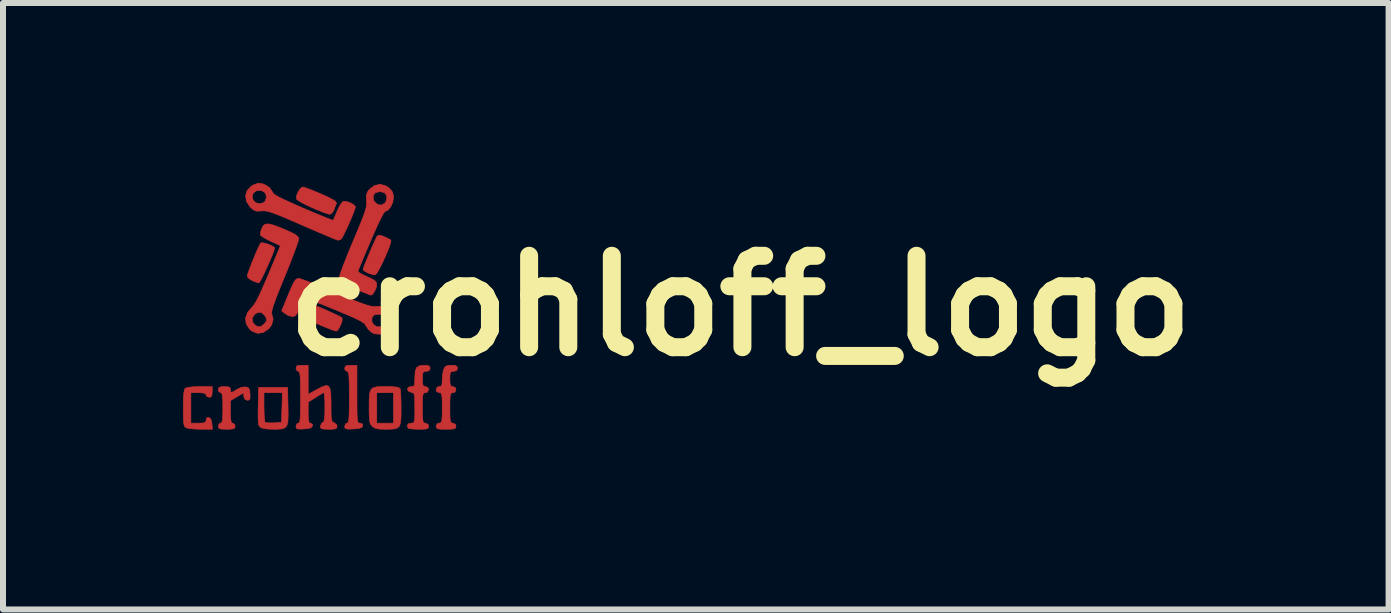
<source format=kicad_pcb>
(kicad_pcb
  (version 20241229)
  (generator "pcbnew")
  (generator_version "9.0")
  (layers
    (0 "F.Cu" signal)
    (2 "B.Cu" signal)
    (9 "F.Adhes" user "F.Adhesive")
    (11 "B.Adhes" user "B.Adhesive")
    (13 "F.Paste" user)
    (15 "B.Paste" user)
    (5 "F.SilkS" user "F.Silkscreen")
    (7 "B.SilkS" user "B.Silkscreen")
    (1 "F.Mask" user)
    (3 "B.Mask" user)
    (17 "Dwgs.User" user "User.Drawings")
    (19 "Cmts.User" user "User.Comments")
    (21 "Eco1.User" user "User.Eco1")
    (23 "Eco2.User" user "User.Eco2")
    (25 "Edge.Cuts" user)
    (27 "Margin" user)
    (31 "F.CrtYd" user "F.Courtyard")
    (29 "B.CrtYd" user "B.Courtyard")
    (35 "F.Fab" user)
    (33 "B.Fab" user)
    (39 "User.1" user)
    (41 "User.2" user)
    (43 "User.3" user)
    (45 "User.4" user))
  (footprint "crohloff_logo"
    (layer "F.Cu")
    (at 2.291 2.049)
    (property "Reference" "crohloff_logo" (at 7 0 0) (layer "F.SilkS") (effects (font (size 1.524 1.524) (thickness 0.3))))
    (attr through_hole)
    (fp_poly (pts (xy -0.255 -1.971) (xy -0.183 -1.945) (xy -0.085 -1.906) (xy 0.014 -1.864) (xy 0.132 -1.81) (xy 0.21 -1.77) (xy 0.253 -1.741) (xy 0.267 -1.717) (xy 0.266 -1.705) (xy 0.244 -1.65) (xy 0.224 -1.594) (xy 0.192 -1.543) (xy 0.156 -1.526) (xy 0.117 -1.536) (xy 0.042 -1.563) (xy -0.055 -1.602) (xy -0.14 -1.638) (xy -0.244 -1.686) (xy -0.329 -1.732) (xy -0.385 -1.768) (xy -0.402 -1.787) (xy -0.396 -1.839) (xy -0.369 -1.902) (xy -0.332 -1.956) (xy -0.295 -1.981) (xy -0.292 -1.981) (xy -0.255 -1.971)) (stroke (width 0.01) (type solid)) (fill yes) (layer "F.Cu"))
    (fp_poly (pts (xy -0.173 -0.041) (xy -0.105 -0.015) (xy -0.016 0.023) (xy 0.085 0.066) (xy 0.184 0.111) (xy 0.271 0.151) (xy 0.334 0.182) (xy 0.36 0.197) (xy 0.364 0.233) (xy 0.349 0.292) (xy 0.321 0.355) (xy 0.289 0.405) (xy 0.267 0.421) (xy 0.234 0.414) (xy 0.166 0.389) (xy 0.073 0.352) (xy -0.008 0.318) (xy -0.114 0.271) (xy -0.203 0.228) (xy -0.264 0.196) (xy -0.286 0.182) (xy -0.297 0.146) (xy -0.28 0.083) (xy -0.267 0.052) (xy -0.236 -0.01) (xy -0.212 -0.047) (xy -0.205 -0.051) (xy -0.173 -0.041)) (stroke (width 0.01) (type solid)) (fill yes) (layer "F.Cu"))
    (fp_poly (pts (xy -0.902 -1.038) (xy -0.837 -1.015) (xy -0.784 -0.988) (xy -0.762 -0.966) (xy -0.762 -0.965) (xy -0.772 -0.926) (xy -0.798 -0.855) (xy -0.836 -0.764) (xy -0.88 -0.664) (xy -0.925 -0.565) (xy -0.968 -0.478) (xy -1.002 -0.414) (xy -1.023 -0.384) (xy -1.026 -0.383) (xy -1.067 -0.394) (xy -1.129 -0.418) (xy -1.137 -0.421) (xy -1.192 -0.455) (xy -1.219 -0.491) (xy -1.219 -0.496) (xy -1.21 -0.534) (xy -1.184 -0.606) (xy -1.149 -0.7) (xy -1.107 -0.802) (xy -1.066 -0.901) (xy -1.029 -0.983) (xy -1.001 -1.037) (xy -0.993 -1.049) (xy -0.96 -1.052) (xy -0.902 -1.038)) (stroke (width 0.01) (type solid)) (fill yes) (layer "F.Cu"))
    (fp_poly (pts (xy 1.023 -1.169) (xy 1.063 -1.154) (xy 1.127 -1.124) (xy 1.17 -1.099) (xy 1.175 -1.095) (xy 1.175 -1.064) (xy 1.155 -1) (xy 1.121 -0.912) (xy 1.079 -0.813) (xy 1.032 -0.713) (xy 0.987 -0.623) (xy 0.948 -0.555) (xy 0.919 -0.519) (xy 0.914 -0.516) (xy 0.866 -0.523) (xy 0.8 -0.545) (xy 0.794 -0.548) (xy 0.739 -0.577) (xy 0.712 -0.601) (xy 0.711 -0.603) (xy 0.721 -0.636) (xy 0.746 -0.703) (xy 0.782 -0.792) (xy 0.824 -0.892) (xy 0.866 -0.991) (xy 0.905 -1.077) (xy 0.934 -1.139) (xy 0.946 -1.161) (xy 0.974 -1.178) (xy 1.023 -1.169)) (stroke (width 0.01) (type solid)) (fill yes) (layer "F.Cu"))
    (fp_poly (pts (xy -0.539 1.676) (xy -0.537 1.822) (xy -0.541 1.926) (xy -0.557 1.993) (xy -0.589 2.032) (xy -0.642 2.051) (xy -0.722 2.057) (xy -0.787 2.057) (xy -0.885 2.053) (xy -0.962 2.04) (xy -0.999 2.025) (xy -1.018 2.006) (xy -1.03 1.974) (xy -1.036 1.92) (xy -1.038 1.835) (xy -1.037 1.711) (xy -1.036 1.676) (xy -1.031 1.448) (xy -0.94 1.448) (xy -0.94 1.685) (xy -0.938 1.79) (xy -0.933 1.876) (xy -0.926 1.929) (xy -0.922 1.94) (xy -0.888 1.949) (xy -0.821 1.952) (xy -0.776 1.951) (xy -0.648 1.943) (xy -0.64 1.695) (xy -0.633 1.448) (xy -0.94 1.448) (xy -1.031 1.448) (xy -1.029 1.359) (xy -0.546 1.359) (xy -0.539 1.676)) (stroke (width 0.01) (type solid)) (fill yes) (layer "F.Cu"))
    (fp_poly (pts (xy 0.61 1.473) (xy 0.61 1.641) (xy 0.611 1.764) (xy 0.614 1.85) (xy 0.619 1.906) (xy 0.627 1.937) (xy 0.638 1.952) (xy 0.655 1.956) (xy 0.662 1.956) (xy 0.703 1.969) (xy 0.706 2) (xy 0.69 2.027) (xy 0.647 2.043) (xy 0.565 2.052) (xy 0.552 2.052) (xy 0.47 2.055) (xy 0.426 2.049) (xy 0.409 2.032) (xy 0.406 2.008) (xy 0.422 1.966) (xy 0.445 1.956) (xy 0.459 1.949) (xy 0.469 1.925) (xy 0.476 1.877) (xy 0.48 1.797) (xy 0.482 1.68) (xy 0.483 1.524) (xy 0.482 1.364) (xy 0.48 1.248) (xy 0.476 1.17) (xy 0.469 1.122) (xy 0.458 1.098) (xy 0.445 1.092) (xy 0.413 1.071) (xy 0.406 1.041) (xy 0.415 1.008) (xy 0.449 0.993) (xy 0.508 0.991) (xy 0.61 0.991) (xy 0.61 1.473)) (stroke (width 0.01) (type solid)) (fill yes) (layer "F.Cu"))
    (fp_poly (pts (xy 1.203 1.348) (xy 1.274 1.354) (xy 1.313 1.366) (xy 1.331 1.386) (xy 1.331 1.386) (xy 1.337 1.427) (xy 1.342 1.506) (xy 1.345 1.612) (xy 1.346 1.716) (xy 1.345 1.853) (xy 1.337 1.947) (xy 1.317 2.007) (xy 1.278 2.04) (xy 1.214 2.054) (xy 1.119 2.057) (xy 1.081 2.057) (xy 0.981 2.054) (xy 0.917 2.041) (xy 0.873 2.015) (xy 0.864 2.007) (xy 0.84 1.977) (xy 0.825 1.937) (xy 0.817 1.875) (xy 0.813 1.781) (xy 0.813 1.7) (xy 0.814 1.56) (xy 0.821 1.463) (xy 0.826 1.448) (xy 0.94 1.448) (xy 0.94 1.956) (xy 1.219 1.956) (xy 1.219 1.448) (xy 0.94 1.448) (xy 0.826 1.448) (xy 0.841 1.401) (xy 0.88 1.366) (xy 0.943 1.35) (xy 1.038 1.346) (xy 1.09 1.346) (xy 1.203 1.348)) (stroke (width 0.01) (type solid)) (fill yes) (layer "F.Cu"))
    (fp_poly (pts (xy -1.803 1.435) (xy -1.809 1.496) (xy -1.831 1.521) (xy -1.854 1.524) (xy -1.896 1.508) (xy -1.905 1.486) (xy -1.919 1.462) (xy -1.966 1.45) (xy -2.032 1.448) (xy -2.159 1.448) (xy -2.159 1.956) (xy -2.032 1.956) (xy -1.956 1.953) (xy -1.918 1.942) (xy -1.906 1.917) (xy -1.905 1.903) (xy -1.891 1.863) (xy -1.861 1.859) (xy -1.826 1.886) (xy -1.809 1.955) (xy -1.808 1.962) (xy -1.8 2.057) (xy -1.999 2.057) (xy -2.099 2.053) (xy -2.184 2.044) (xy -2.237 2.032) (xy -2.242 2.03) (xy -2.261 2.012) (xy -2.274 1.981) (xy -2.281 1.925) (xy -2.285 1.837) (xy -2.286 1.708) (xy -2.286 1.706) (xy -2.283 1.549) (xy -2.275 1.441) (xy -2.26 1.384) (xy -2.256 1.377) (xy -2.213 1.36) (xy -2.127 1.35) (xy -2.014 1.346) (xy -1.803 1.346) (xy -1.803 1.435)) (stroke (width 0.01) (type solid)) (fill yes) (layer "F.Cu"))
    (fp_poly (pts (xy -1.534 1.35) (xy -1.504 1.368) (xy -1.499 1.397) (xy -1.494 1.436) (xy -1.474 1.443) (xy -1.428 1.418) (xy -1.395 1.395) (xy -1.317 1.358) (xy -1.251 1.351) (xy -1.206 1.362) (xy -1.184 1.391) (xy -1.174 1.453) (xy -1.173 1.467) (xy -1.172 1.535) (xy -1.183 1.567) (xy -1.213 1.575) (xy -1.216 1.575) (xy -1.26 1.555) (xy -1.275 1.513) (xy -1.283 1.452) (xy -1.499 1.58) (xy -1.499 1.768) (xy -1.497 1.868) (xy -1.489 1.926) (xy -1.475 1.952) (xy -1.46 1.956) (xy -1.429 1.977) (xy -1.422 2.007) (xy -1.428 2.036) (xy -1.455 2.051) (xy -1.513 2.057) (xy -1.562 2.057) (xy -1.643 2.055) (xy -1.685 2.046) (xy -1.7 2.024) (xy -1.702 2.007) (xy -1.686 1.965) (xy -1.664 1.956) (xy -1.646 1.947) (xy -1.635 1.917) (xy -1.628 1.855) (xy -1.626 1.755) (xy -1.626 1.702) (xy -1.627 1.583) (xy -1.631 1.507) (xy -1.641 1.465) (xy -1.656 1.449) (xy -1.664 1.448) (xy -1.695 1.427) (xy -1.702 1.397) (xy -1.693 1.364) (xy -1.659 1.349) (xy -1.6 1.346) (xy -1.534 1.35)) (stroke (width 0.01) (type solid)) (fill yes) (layer "F.Cu"))
    (fp_poly (pts (xy -0.791 -1.349) (xy -0.683 -1.309) (xy -0.597 -1.274) (xy -0.482 -1.223) (xy -0.409 -1.183) (xy -0.371 -1.149) (xy -0.361 -1.125) (xy -0.368 -1.088) (xy -0.392 -1.011) (xy -0.432 -0.902) (xy -0.483 -0.767) (xy -0.544 -0.613) (xy -0.593 -0.493) (xy -0.674 -0.295) (xy -0.735 -0.141) (xy -0.777 -0.024) (xy -0.803 0.058) (xy -0.813 0.109) (xy -0.811 0.131) (xy -0.787 0.224) (xy -0.812 0.317) (xy -0.862 0.383) (xy -0.952 0.444) (xy -1.047 0.458) (xy -1.139 0.422) (xy -1.178 0.39) (xy -1.236 0.301) (xy -1.247 0.205) (xy -1.138 0.205) (xy -1.129 0.269) (xy -1.101 0.309) (xy -1.045 0.35) (xy -0.988 0.343) (xy -0.94 0.305) (xy -0.899 0.256) (xy -0.895 0.216) (xy -0.926 0.162) (xy -0.929 0.158) (xy -0.984 0.109) (xy -1.047 0.111) (xy -1.097 0.144) (xy -1.138 0.205) (xy -1.247 0.205) (xy -1.247 0.204) (xy -1.211 0.107) (xy -1.157 0.043) (xy -1.12 0.003) (xy -1.081 -0.056) (xy -1.036 -0.139) (xy -0.983 -0.253) (xy -0.917 -0.404) (xy -0.867 -0.521) (xy -0.666 -1.003) (xy -0.827 -1.077) (xy -0.909 -1.118) (xy -0.971 -1.155) (xy -0.999 -1.18) (xy -0.999 -1.18) (xy -0.998 -1.222) (xy -0.979 -1.284) (xy -0.976 -1.29) (xy -0.951 -1.337) (xy -0.917 -1.362) (xy -0.866 -1.366) (xy -0.791 -1.349)) (stroke (width 0.01) (type solid)) (fill yes) (layer "F.Cu"))
    (fp_poly (pts (xy 1.797 0.995) (xy 1.824 1.014) (xy 1.829 1.041) (xy 1.814 1.081) (xy 1.765 1.092) (xy 1.728 1.096) (xy 1.709 1.117) (xy 1.702 1.168) (xy 1.702 1.219) (xy 1.704 1.295) (xy 1.716 1.333) (xy 1.741 1.346) (xy 1.753 1.346) (xy 1.795 1.364) (xy 1.803 1.397) (xy 1.785 1.439) (xy 1.753 1.448) (xy 1.729 1.451) (xy 1.715 1.468) (xy 1.706 1.507) (xy 1.703 1.577) (xy 1.702 1.688) (xy 1.702 1.702) (xy 1.702 1.817) (xy 1.706 1.891) (xy 1.714 1.933) (xy 1.728 1.951) (xy 1.75 1.956) (xy 1.753 1.956) (xy 1.795 1.974) (xy 1.803 2.007) (xy 1.798 2.034) (xy 1.775 2.05) (xy 1.722 2.056) (xy 1.643 2.057) (xy 1.556 2.055) (xy 1.492 2.048) (xy 1.465 2.04) (xy 1.447 1.998) (xy 1.47 1.965) (xy 1.511 1.956) (xy 1.54 1.954) (xy 1.559 1.943) (xy 1.569 1.914) (xy 1.574 1.856) (xy 1.575 1.762) (xy 1.575 1.704) (xy 1.574 1.589) (xy 1.571 1.515) (xy 1.563 1.472) (xy 1.548 1.452) (xy 1.525 1.444) (xy 1.518 1.443) (xy 1.468 1.422) (xy 1.451 1.387) (xy 1.468 1.357) (xy 1.509 1.346) (xy 1.546 1.343) (xy 1.566 1.326) (xy 1.573 1.281) (xy 1.575 1.199) (xy 1.581 1.095) (xy 1.603 1.031) (xy 1.65 1) (xy 1.726 0.991) (xy 1.732 0.991) (xy 1.797 0.995)) (stroke (width 0.01) (type solid)) (fill yes) (layer "F.Cu"))
    (fp_poly (pts (xy 2.25 0.995) (xy 2.28 1.012) (xy 2.286 1.041) (xy 2.271 1.081) (xy 2.223 1.092) (xy 2.185 1.096) (xy 2.166 1.117) (xy 2.16 1.168) (xy 2.159 1.219) (xy 2.162 1.295) (xy 2.173 1.333) (xy 2.198 1.346) (xy 2.21 1.346) (xy 2.252 1.364) (xy 2.261 1.397) (xy 2.243 1.439) (xy 2.21 1.448) (xy 2.187 1.451) (xy 2.172 1.468) (xy 2.164 1.507) (xy 2.16 1.577) (xy 2.159 1.688) (xy 2.159 1.702) (xy 2.16 1.817) (xy 2.163 1.891) (xy 2.171 1.933) (xy 2.185 1.951) (xy 2.207 1.956) (xy 2.21 1.956) (xy 2.252 1.974) (xy 2.261 2.007) (xy 2.255 2.034) (xy 2.233 2.049) (xy 2.181 2.056) (xy 2.095 2.057) (xy 2.006 2.056) (xy 1.956 2.049) (xy 1.935 2.033) (xy 1.93 2.007) (xy 1.948 1.964) (xy 1.981 1.956) (xy 2.004 1.952) (xy 2.019 1.936) (xy 2.027 1.897) (xy 2.031 1.826) (xy 2.032 1.715) (xy 2.032 1.702) (xy 2.031 1.586) (xy 2.028 1.512) (xy 2.02 1.471) (xy 2.006 1.452) (xy 1.984 1.448) (xy 1.981 1.448) (xy 1.939 1.43) (xy 1.93 1.397) (xy 1.948 1.355) (xy 1.981 1.346) (xy 2.013 1.339) (xy 2.028 1.307) (xy 2.032 1.239) (xy 2.032 1.234) (xy 2.038 1.147) (xy 2.052 1.071) (xy 2.057 1.056) (xy 2.082 1.013) (xy 2.124 0.994) (xy 2.184 0.991) (xy 2.25 0.995)) (stroke (width 0.01) (type solid)) (fill yes) (layer "F.Cu"))
    (fp_poly (pts (xy -0.322 -0.448) (xy -0.248 -0.421) (xy -0.141 -0.38) (xy -0.008 -0.327) (xy 0.144 -0.264) (xy 0.262 -0.216) (xy 0.446 -0.139) (xy 0.589 -0.08) (xy 0.699 -0.038) (xy 0.782 -0.01) (xy 0.843 0.006) (xy 0.889 0.013) (xy 0.926 0.012) (xy 0.934 0.011) (xy 1.008 0.006) (xy 1.066 0.028) (xy 1.113 0.063) (xy 1.174 0.141) (xy 1.194 0.227) (xy 1.181 0.312) (xy 1.139 0.388) (xy 1.075 0.445) (xy 0.994 0.473) (xy 0.904 0.465) (xy 0.861 0.446) (xy 0.801 0.394) (xy 0.764 0.338) (xy 0.748 0.311) (xy 0.72 0.284) (xy 0.685 0.261) (xy 0.857 0.261) (xy 0.887 0.314) (xy 0.938 0.346) (xy 0.997 0.351) (xy 1.05 0.324) (xy 1.072 0.29) (xy 1.087 0.216) (xy 1.059 0.164) (xy 0.989 0.141) (xy 0.965 0.14) (xy 0.899 0.15) (xy 0.865 0.188) (xy 0.862 0.194) (xy 0.857 0.261) (xy 0.685 0.261) (xy 0.673 0.254) (xy 0.601 0.217) (xy 0.498 0.17) (xy 0.357 0.111) (xy 0.259 0.07) (xy 0.114 0.01) (xy -0.017 -0.043) (xy -0.124 -0.085) (xy -0.201 -0.114) (xy -0.241 -0.127) (xy -0.243 -0.127) (xy -0.267 -0.106) (xy -0.301 -0.049) (xy -0.337 0.025) (xy -0.377 0.11) (xy -0.409 0.157) (xy -0.442 0.176) (xy -0.465 0.178) (xy -0.531 0.162) (xy -0.586 0.13) (xy -0.645 0.083) (xy -0.547 -0.155) (xy -0.495 -0.28) (xy -0.456 -0.366) (xy -0.426 -0.418) (xy -0.4 -0.446) (xy -0.373 -0.456) (xy -0.357 -0.457) (xy -0.322 -0.448)) (stroke (width 0.01) (type solid)) (fill yes) (layer "F.Cu"))
    (fp_poly (pts (xy -0.203 1.475) (xy -0.054 1.392) (xy 0.033 1.348) (xy 0.095 1.328) (xy 0.137 1.339) (xy 0.161 1.385) (xy 0.174 1.47) (xy 0.178 1.6) (xy 0.178 1.656) (xy 0.178 1.779) (xy 0.182 1.86) (xy 0.189 1.909) (xy 0.202 1.935) (xy 0.222 1.946) (xy 0.229 1.948) (xy 0.27 1.979) (xy 0.279 2.01) (xy 0.272 2.037) (xy 0.244 2.052) (xy 0.181 2.057) (xy 0.14 2.057) (xy 0.059 2.055) (xy 0.016 2.045) (xy 0.001 2.024) (xy 0 2.009) (xy 0.018 1.962) (xy 0.038 1.947) (xy 0.057 1.929) (xy 0.068 1.887) (xy 0.074 1.813) (xy 0.076 1.696) (xy 0.076 1.69) (xy 0.075 1.586) (xy 0.07 1.504) (xy 0.064 1.456) (xy 0.059 1.448) (xy 0.03 1.46) (xy -0.027 1.493) (xy -0.08 1.527) (xy -0.203 1.605) (xy -0.203 1.781) (xy -0.201 1.876) (xy -0.193 1.93) (xy -0.178 1.953) (xy -0.163 1.956) (xy -0.133 1.975) (xy -0.132 2) (xy -0.15 2.028) (xy -0.197 2.045) (xy -0.273 2.052) (xy -0.351 2.055) (xy -0.391 2.048) (xy -0.405 2.027) (xy -0.406 2.008) (xy -0.391 1.966) (xy -0.368 1.956) (xy -0.354 1.949) (xy -0.344 1.925) (xy -0.337 1.877) (xy -0.333 1.797) (xy -0.331 1.68) (xy -0.33 1.524) (xy -0.331 1.364) (xy -0.333 1.248) (xy -0.337 1.17) (xy -0.344 1.122) (xy -0.355 1.098) (xy -0.368 1.092) (xy -0.399 1.071) (xy -0.406 1.041) (xy -0.398 1.008) (xy -0.363 0.993) (xy -0.305 0.991) (xy -0.203 0.991) (xy -0.203 1.475)) (stroke (width 0.01) (type solid)) (fill yes) (layer "F.Cu"))
    (fp_poly (pts (xy 1.096 -1.998) (xy 1.138 -1.969) (xy 1.195 -1.91) (xy 1.217 -1.846) (xy 1.219 -1.805) (xy 1.206 -1.724) (xy 1.171 -1.649) (xy 1.125 -1.594) (xy 1.08 -1.575) (xy 1.059 -1.552) (xy 1.023 -1.487) (xy 0.972 -1.386) (xy 0.912 -1.254) (xy 0.843 -1.096) (xy 0.839 -1.086) (xy 0.776 -0.939) (xy 0.721 -0.808) (xy 0.676 -0.699) (xy 0.644 -0.621) (xy 0.628 -0.58) (xy 0.627 -0.577) (xy 0.645 -0.556) (xy 0.698 -0.525) (xy 0.749 -0.5) (xy 0.844 -0.457) (xy 0.901 -0.426) (xy 0.929 -0.399) (xy 0.939 -0.367) (xy 0.94 -0.347) (xy 0.928 -0.292) (xy 0.899 -0.234) (xy 0.865 -0.19) (xy 0.843 -0.178) (xy 0.814 -0.188) (xy 0.748 -0.214) (xy 0.657 -0.251) (xy 0.572 -0.287) (xy 0.452 -0.34) (xy 0.373 -0.381) (xy 0.329 -0.414) (xy 0.311 -0.445) (xy 0.31 -0.449) (xy 0.317 -0.486) (xy 0.342 -0.563) (xy 0.382 -0.673) (xy 0.435 -0.808) (xy 0.497 -0.96) (xy 0.543 -1.07) (xy 0.619 -1.251) (xy 0.677 -1.392) (xy 0.719 -1.5) (xy 0.747 -1.581) (xy 0.764 -1.642) (xy 0.771 -1.691) (xy 0.772 -1.732) (xy 0.77 -1.754) (xy 0.766 -1.836) (xy 0.767 -1.837) (xy 0.88 -1.837) (xy 0.884 -1.77) (xy 0.901 -1.737) (xy 0.957 -1.688) (xy 1.021 -1.68) (xy 1.077 -1.713) (xy 1.102 -1.757) (xy 1.109 -1.832) (xy 1.073 -1.884) (xy 0.999 -1.905) (xy 0.988 -1.905) (xy 0.916 -1.886) (xy 0.88 -1.837) (xy 0.767 -1.837) (xy 0.782 -1.892) (xy 0.816 -1.939) (xy 0.903 -2.006) (xy 0.999 -2.026) (xy 1.096 -1.998)) (stroke (width 0.01) (type solid)) (fill yes) (layer "F.Cu"))
    (fp_poly (pts (xy -0.981 -2.04) (xy -0.925 -2.02) (xy -0.845 -1.968) (xy -0.807 -1.912) (xy -0.793 -1.886) (xy -0.766 -1.859) (xy -0.721 -1.829) (xy -0.652 -1.793) (xy -0.552 -1.746) (xy -0.416 -1.685) (xy -0.287 -1.629) (xy -0.141 -1.567) (xy -0.011 -1.513) (xy 0.096 -1.469) (xy 0.172 -1.44) (xy 0.21 -1.426) (xy 0.214 -1.426) (xy 0.226 -1.453) (xy 0.252 -1.512) (xy 0.28 -1.581) (xy 0.318 -1.66) (xy 0.358 -1.719) (xy 0.384 -1.741) (xy 0.434 -1.74) (xy 0.496 -1.719) (xy 0.552 -1.688) (xy 0.583 -1.656) (xy 0.584 -1.649) (xy 0.574 -1.61) (xy 0.548 -1.539) (xy 0.51 -1.448) (xy 0.467 -1.349) (xy 0.423 -1.254) (xy 0.384 -1.175) (xy 0.356 -1.124) (xy 0.346 -1.112) (xy 0.302 -1.095) (xy 0.292 -1.095) (xy 0.263 -1.105) (xy 0.193 -1.133) (xy 0.091 -1.176) (xy -0.038 -1.231) (xy -0.187 -1.295) (xy -0.305 -1.346) (xy -0.486 -1.425) (xy -0.628 -1.486) (xy -0.736 -1.529) (xy -0.818 -1.559) (xy -0.879 -1.576) (xy -0.926 -1.584) (xy -0.965 -1.584) (xy -0.983 -1.582) (xy -1.057 -1.578) (xy -1.109 -1.596) (xy -1.165 -1.644) (xy -1.167 -1.646) (xy -1.23 -1.737) (xy -1.246 -1.826) (xy -1.137 -1.826) (xy -1.124 -1.768) (xy -1.083 -1.721) (xy -1.017 -1.702) (xy -1.016 -1.702) (xy -0.943 -1.721) (xy -0.914 -1.754) (xy -0.897 -1.826) (xy -0.922 -1.885) (xy -0.977 -1.921) (xy -1.053 -1.922) (xy -1.066 -1.918) (xy -1.118 -1.881) (xy -1.137 -1.826) (xy -1.246 -1.826) (xy -1.247 -1.833) (xy -1.221 -1.922) (xy -1.153 -1.994) (xy -1.103 -2.022) (xy -1.037 -2.044) (xy -0.981 -2.04)) (stroke (width 0.01) (type solid)) (fill yes) (layer "F.Cu"))
    (fp_poly (pts (xy -0.255 -1.971) (xy -0.183 -1.945) (xy -0.085 -1.906) (xy 0.014 -1.864) (xy 0.132 -1.81) (xy 0.21 -1.77) (xy 0.253 -1.741) (xy 0.267 -1.717) (xy 0.266 -1.705) (xy 0.244 -1.65) (xy 0.224 -1.594) (xy 0.192 -1.543) (xy 0.156 -1.526) (xy 0.117 -1.536) (xy 0.042 -1.563) (xy -0.055 -1.602) (xy -0.14 -1.638) (xy -0.244 -1.686) (xy -0.329 -1.732) (xy -0.385 -1.768) (xy -0.402 -1.787) (xy -0.396 -1.839) (xy -0.369 -1.902) (xy -0.332 -1.956) (xy -0.295 -1.981) (xy -0.292 -1.981) (xy -0.255 -1.971)) (stroke (width 0.01) (type solid)) (fill yes) (layer "F.Mask"))
    (fp_poly (pts (xy -0.173 -0.041) (xy -0.105 -0.015) (xy -0.016 0.023) (xy 0.085 0.066) (xy 0.184 0.111) (xy 0.271 0.151) (xy 0.334 0.182) (xy 0.36 0.197) (xy 0.364 0.233) (xy 0.349 0.292) (xy 0.321 0.355) (xy 0.289 0.405) (xy 0.267 0.421) (xy 0.234 0.414) (xy 0.166 0.389) (xy 0.073 0.352) (xy -0.008 0.318) (xy -0.114 0.271) (xy -0.203 0.228) (xy -0.264 0.196) (xy -0.286 0.182) (xy -0.297 0.146) (xy -0.28 0.083) (xy -0.267 0.052) (xy -0.236 -0.01) (xy -0.212 -0.047) (xy -0.205 -0.051) (xy -0.173 -0.041)) (stroke (width 0.01) (type solid)) (fill yes) (layer "F.Mask"))
    (fp_poly (pts (xy -0.902 -1.038) (xy -0.837 -1.015) (xy -0.784 -0.988) (xy -0.762 -0.966) (xy -0.762 -0.965) (xy -0.772 -0.926) (xy -0.798 -0.855) (xy -0.836 -0.764) (xy -0.88 -0.664) (xy -0.925 -0.565) (xy -0.968 -0.478) (xy -1.002 -0.414) (xy -1.023 -0.384) (xy -1.026 -0.383) (xy -1.067 -0.394) (xy -1.129 -0.418) (xy -1.137 -0.421) (xy -1.192 -0.455) (xy -1.219 -0.491) (xy -1.219 -0.496) (xy -1.21 -0.534) (xy -1.184 -0.606) (xy -1.149 -0.7) (xy -1.107 -0.802) (xy -1.066 -0.901) (xy -1.029 -0.983) (xy -1.001 -1.037) (xy -0.993 -1.049) (xy -0.96 -1.052) (xy -0.902 -1.038)) (stroke (width 0.01) (type solid)) (fill yes) (layer "F.Mask"))
    (fp_poly (pts (xy 1.023 -1.169) (xy 1.063 -1.154) (xy 1.127 -1.124) (xy 1.17 -1.099) (xy 1.175 -1.095) (xy 1.175 -1.064) (xy 1.155 -1) (xy 1.121 -0.912) (xy 1.079 -0.813) (xy 1.032 -0.713) (xy 0.987 -0.623) (xy 0.948 -0.555) (xy 0.919 -0.519) (xy 0.914 -0.516) (xy 0.866 -0.523) (xy 0.8 -0.545) (xy 0.794 -0.548) (xy 0.739 -0.577) (xy 0.712 -0.601) (xy 0.711 -0.603) (xy 0.721 -0.636) (xy 0.746 -0.703) (xy 0.782 -0.792) (xy 0.824 -0.892) (xy 0.866 -0.991) (xy 0.905 -1.077) (xy 0.934 -1.139) (xy 0.946 -1.161) (xy 0.974 -1.178) (xy 1.023 -1.169)) (stroke (width 0.01) (type solid)) (fill yes) (layer "F.Mask"))
    (fp_poly (pts (xy -0.539 1.676) (xy -0.537 1.822) (xy -0.541 1.926) (xy -0.557 1.993) (xy -0.589 2.032) (xy -0.642 2.051) (xy -0.722 2.057) (xy -0.787 2.057) (xy -0.885 2.053) (xy -0.962 2.04) (xy -0.999 2.025) (xy -1.018 2.006) (xy -1.03 1.974) (xy -1.036 1.92) (xy -1.038 1.835) (xy -1.037 1.711) (xy -1.036 1.676) (xy -1.031 1.448) (xy -0.94 1.448) (xy -0.94 1.685) (xy -0.938 1.79) (xy -0.933 1.876) (xy -0.926 1.929) (xy -0.922 1.94) (xy -0.888 1.949) (xy -0.821 1.952) (xy -0.776 1.951) (xy -0.648 1.943) (xy -0.64 1.695) (xy -0.633 1.448) (xy -0.94 1.448) (xy -1.031 1.448) (xy -1.029 1.359) (xy -0.546 1.359) (xy -0.539 1.676)) (stroke (width 0.01) (type solid)) (fill yes) (layer "F.Mask"))
    (fp_poly (pts (xy 0.61 1.473) (xy 0.61 1.641) (xy 0.611 1.764) (xy 0.614 1.85) (xy 0.619 1.906) (xy 0.627 1.937) (xy 0.638 1.952) (xy 0.655 1.956) (xy 0.662 1.956) (xy 0.703 1.969) (xy 0.706 2) (xy 0.69 2.027) (xy 0.647 2.043) (xy 0.565 2.052) (xy 0.552 2.052) (xy 0.47 2.055) (xy 0.426 2.049) (xy 0.409 2.032) (xy 0.406 2.008) (xy 0.422 1.966) (xy 0.445 1.956) (xy 0.459 1.949) (xy 0.469 1.925) (xy 0.476 1.877) (xy 0.48 1.797) (xy 0.482 1.68) (xy 0.483 1.524) (xy 0.482 1.364) (xy 0.48 1.248) (xy 0.476 1.17) (xy 0.469 1.122) (xy 0.458 1.098) (xy 0.445 1.092) (xy 0.413 1.071) (xy 0.406 1.041) (xy 0.415 1.008) (xy 0.449 0.993) (xy 0.508 0.991) (xy 0.61 0.991) (xy 0.61 1.473)) (stroke (width 0.01) (type solid)) (fill yes) (layer "F.Mask"))
    (fp_poly (pts (xy 1.203 1.348) (xy 1.274 1.354) (xy 1.313 1.366) (xy 1.331 1.386) (xy 1.331 1.386) (xy 1.337 1.427) (xy 1.342 1.506) (xy 1.345 1.612) (xy 1.346 1.716) (xy 1.345 1.853) (xy 1.337 1.947) (xy 1.317 2.007) (xy 1.278 2.04) (xy 1.214 2.054) (xy 1.119 2.057) (xy 1.081 2.057) (xy 0.981 2.054) (xy 0.917 2.041) (xy 0.873 2.015) (xy 0.864 2.007) (xy 0.84 1.977) (xy 0.825 1.937) (xy 0.817 1.875) (xy 0.813 1.781) (xy 0.813 1.7) (xy 0.814 1.56) (xy 0.821 1.463) (xy 0.826 1.448) (xy 0.94 1.448) (xy 0.94 1.956) (xy 1.219 1.956) (xy 1.219 1.448) (xy 0.94 1.448) (xy 0.826 1.448) (xy 0.841 1.401) (xy 0.88 1.366) (xy 0.943 1.35) (xy 1.038 1.346) (xy 1.09 1.346) (xy 1.203 1.348)) (stroke (width 0.01) (type solid)) (fill yes) (layer "F.Mask"))
    (fp_poly (pts (xy -1.803 1.435) (xy -1.809 1.496) (xy -1.831 1.521) (xy -1.854 1.524) (xy -1.896 1.508) (xy -1.905 1.486) (xy -1.919 1.462) (xy -1.966 1.45) (xy -2.032 1.448) (xy -2.159 1.448) (xy -2.159 1.956) (xy -2.032 1.956) (xy -1.956 1.953) (xy -1.918 1.942) (xy -1.906 1.917) (xy -1.905 1.903) (xy -1.891 1.863) (xy -1.861 1.859) (xy -1.826 1.886) (xy -1.809 1.955) (xy -1.808 1.962) (xy -1.8 2.057) (xy -1.999 2.057) (xy -2.099 2.053) (xy -2.184 2.044) (xy -2.237 2.032) (xy -2.242 2.03) (xy -2.261 2.012) (xy -2.274 1.981) (xy -2.281 1.925) (xy -2.285 1.837) (xy -2.286 1.708) (xy -2.286 1.706) (xy -2.283 1.549) (xy -2.275 1.441) (xy -2.26 1.384) (xy -2.256 1.377) (xy -2.213 1.36) (xy -2.127 1.35) (xy -2.014 1.346) (xy -1.803 1.346) (xy -1.803 1.435)) (stroke (width 0.01) (type solid)) (fill yes) (layer "F.Mask"))
    (fp_poly (pts (xy -1.534 1.35) (xy -1.504 1.368) (xy -1.499 1.397) (xy -1.494 1.436) (xy -1.474 1.443) (xy -1.428 1.418) (xy -1.395 1.395) (xy -1.317 1.358) (xy -1.251 1.351) (xy -1.206 1.362) (xy -1.184 1.391) (xy -1.174 1.453) (xy -1.173 1.467) (xy -1.172 1.535) (xy -1.183 1.567) (xy -1.213 1.575) (xy -1.216 1.575) (xy -1.26 1.555) (xy -1.275 1.513) (xy -1.283 1.452) (xy -1.499 1.58) (xy -1.499 1.768) (xy -1.497 1.868) (xy -1.489 1.926) (xy -1.475 1.952) (xy -1.46 1.956) (xy -1.429 1.977) (xy -1.422 2.007) (xy -1.428 2.036) (xy -1.455 2.051) (xy -1.513 2.057) (xy -1.562 2.057) (xy -1.643 2.055) (xy -1.685 2.046) (xy -1.7 2.024) (xy -1.702 2.007) (xy -1.686 1.965) (xy -1.664 1.956) (xy -1.646 1.947) (xy -1.635 1.917) (xy -1.628 1.855) (xy -1.626 1.755) (xy -1.626 1.702) (xy -1.627 1.583) (xy -1.631 1.507) (xy -1.641 1.465) (xy -1.656 1.449) (xy -1.664 1.448) (xy -1.695 1.427) (xy -1.702 1.397) (xy -1.693 1.364) (xy -1.659 1.349) (xy -1.6 1.346) (xy -1.534 1.35)) (stroke (width 0.01) (type solid)) (fill yes) (layer "F.Mask"))
    (fp_poly (pts (xy -0.791 -1.349) (xy -0.683 -1.309) (xy -0.597 -1.274) (xy -0.482 -1.223) (xy -0.409 -1.183) (xy -0.371 -1.149) (xy -0.361 -1.125) (xy -0.368 -1.088) (xy -0.392 -1.011) (xy -0.432 -0.902) (xy -0.483 -0.767) (xy -0.544 -0.613) (xy -0.593 -0.493) (xy -0.674 -0.295) (xy -0.735 -0.141) (xy -0.777 -0.024) (xy -0.803 0.058) (xy -0.813 0.109) (xy -0.811 0.131) (xy -0.787 0.224) (xy -0.812 0.317) (xy -0.862 0.383) (xy -0.952 0.444) (xy -1.047 0.458) (xy -1.139 0.422) (xy -1.178 0.39) (xy -1.236 0.301) (xy -1.247 0.205) (xy -1.138 0.205) (xy -1.129 0.269) (xy -1.101 0.309) (xy -1.045 0.35) (xy -0.988 0.343) (xy -0.94 0.305) (xy -0.899 0.256) (xy -0.895 0.216) (xy -0.926 0.162) (xy -0.929 0.158) (xy -0.984 0.109) (xy -1.047 0.111) (xy -1.097 0.144) (xy -1.138 0.205) (xy -1.247 0.205) (xy -1.247 0.204) (xy -1.211 0.107) (xy -1.157 0.043) (xy -1.12 0.003) (xy -1.081 -0.056) (xy -1.036 -0.139) (xy -0.983 -0.253) (xy -0.917 -0.404) (xy -0.867 -0.521) (xy -0.666 -1.003) (xy -0.827 -1.077) (xy -0.909 -1.118) (xy -0.971 -1.155) (xy -0.999 -1.18) (xy -0.999 -1.18) (xy -0.998 -1.222) (xy -0.979 -1.284) (xy -0.976 -1.29) (xy -0.951 -1.337) (xy -0.917 -1.362) (xy -0.866 -1.366) (xy -0.791 -1.349)) (stroke (width 0.01) (type solid)) (fill yes) (layer "F.Mask"))
    (fp_poly (pts (xy 1.797 0.995) (xy 1.824 1.014) (xy 1.829 1.041) (xy 1.814 1.081) (xy 1.765 1.092) (xy 1.728 1.096) (xy 1.709 1.117) (xy 1.702 1.168) (xy 1.702 1.219) (xy 1.704 1.295) (xy 1.716 1.333) (xy 1.741 1.346) (xy 1.753 1.346) (xy 1.795 1.364) (xy 1.803 1.397) (xy 1.785 1.439) (xy 1.753 1.448) (xy 1.729 1.451) (xy 1.715 1.468) (xy 1.706 1.507) (xy 1.703 1.577) (xy 1.702 1.688) (xy 1.702 1.702) (xy 1.702 1.817) (xy 1.706 1.891) (xy 1.714 1.933) (xy 1.728 1.951) (xy 1.75 1.956) (xy 1.753 1.956) (xy 1.795 1.974) (xy 1.803 2.007) (xy 1.798 2.034) (xy 1.775 2.05) (xy 1.722 2.056) (xy 1.643 2.057) (xy 1.556 2.055) (xy 1.492 2.048) (xy 1.465 2.04) (xy 1.447 1.998) (xy 1.47 1.965) (xy 1.511 1.956) (xy 1.54 1.954) (xy 1.559 1.943) (xy 1.569 1.914) (xy 1.574 1.856) (xy 1.575 1.762) (xy 1.575 1.704) (xy 1.574 1.589) (xy 1.571 1.515) (xy 1.563 1.472) (xy 1.548 1.452) (xy 1.525 1.444) (xy 1.518 1.443) (xy 1.468 1.422) (xy 1.451 1.387) (xy 1.468 1.357) (xy 1.509 1.346) (xy 1.546 1.343) (xy 1.566 1.326) (xy 1.573 1.281) (xy 1.575 1.199) (xy 1.581 1.095) (xy 1.603 1.031) (xy 1.65 1) (xy 1.726 0.991) (xy 1.732 0.991) (xy 1.797 0.995)) (stroke (width 0.01) (type solid)) (fill yes) (layer "F.Mask"))
    (fp_poly (pts (xy 2.25 0.995) (xy 2.28 1.012) (xy 2.286 1.041) (xy 2.271 1.081) (xy 2.223 1.092) (xy 2.185 1.096) (xy 2.166 1.117) (xy 2.16 1.168) (xy 2.159 1.219) (xy 2.162 1.295) (xy 2.173 1.333) (xy 2.198 1.346) (xy 2.21 1.346) (xy 2.252 1.364) (xy 2.261 1.397) (xy 2.243 1.439) (xy 2.21 1.448) (xy 2.187 1.451) (xy 2.172 1.468) (xy 2.164 1.507) (xy 2.16 1.577) (xy 2.159 1.688) (xy 2.159 1.702) (xy 2.16 1.817) (xy 2.163 1.891) (xy 2.171 1.933) (xy 2.185 1.951) (xy 2.207 1.956) (xy 2.21 1.956) (xy 2.252 1.974) (xy 2.261 2.007) (xy 2.255 2.034) (xy 2.233 2.049) (xy 2.181 2.056) (xy 2.095 2.057) (xy 2.006 2.056) (xy 1.956 2.049) (xy 1.935 2.033) (xy 1.93 2.007) (xy 1.948 1.964) (xy 1.981 1.956) (xy 2.004 1.952) (xy 2.019 1.936) (xy 2.027 1.897) (xy 2.031 1.826) (xy 2.032 1.715) (xy 2.032 1.702) (xy 2.031 1.586) (xy 2.028 1.512) (xy 2.02 1.471) (xy 2.006 1.452) (xy 1.984 1.448) (xy 1.981 1.448) (xy 1.939 1.43) (xy 1.93 1.397) (xy 1.948 1.355) (xy 1.981 1.346) (xy 2.013 1.339) (xy 2.028 1.307) (xy 2.032 1.239) (xy 2.032 1.234) (xy 2.038 1.147) (xy 2.052 1.071) (xy 2.057 1.056) (xy 2.082 1.013) (xy 2.124 0.994) (xy 2.184 0.991) (xy 2.25 0.995)) (stroke (width 0.01) (type solid)) (fill yes) (layer "F.Mask"))
    (fp_poly (pts (xy -0.322 -0.448) (xy -0.248 -0.421) (xy -0.141 -0.38) (xy -0.008 -0.327) (xy 0.144 -0.264) (xy 0.262 -0.216) (xy 0.446 -0.139) (xy 0.589 -0.08) (xy 0.699 -0.038) (xy 0.782 -0.01) (xy 0.843 0.006) (xy 0.889 0.013) (xy 0.926 0.012) (xy 0.934 0.011) (xy 1.008 0.006) (xy 1.066 0.028) (xy 1.113 0.063) (xy 1.174 0.141) (xy 1.194 0.227) (xy 1.181 0.312) (xy 1.139 0.388) (xy 1.075 0.445) (xy 0.994 0.473) (xy 0.904 0.465) (xy 0.861 0.446) (xy 0.801 0.394) (xy 0.764 0.338) (xy 0.748 0.311) (xy 0.72 0.284) (xy 0.685 0.261) (xy 0.857 0.261) (xy 0.887 0.314) (xy 0.938 0.346) (xy 0.997 0.351) (xy 1.05 0.324) (xy 1.072 0.29) (xy 1.087 0.216) (xy 1.059 0.164) (xy 0.989 0.141) (xy 0.965 0.14) (xy 0.899 0.15) (xy 0.865 0.188) (xy 0.862 0.194) (xy 0.857 0.261) (xy 0.685 0.261) (xy 0.673 0.254) (xy 0.601 0.217) (xy 0.498 0.17) (xy 0.357 0.111) (xy 0.259 0.07) (xy 0.114 0.01) (xy -0.017 -0.043) (xy -0.124 -0.085) (xy -0.201 -0.114) (xy -0.241 -0.127) (xy -0.243 -0.127) (xy -0.267 -0.106) (xy -0.301 -0.049) (xy -0.337 0.025) (xy -0.377 0.11) (xy -0.409 0.157) (xy -0.442 0.176) (xy -0.465 0.178) (xy -0.531 0.162) (xy -0.586 0.13) (xy -0.645 0.083) (xy -0.547 -0.155) (xy -0.495 -0.28) (xy -0.456 -0.366) (xy -0.426 -0.418) (xy -0.4 -0.446) (xy -0.373 -0.456) (xy -0.357 -0.457) (xy -0.322 -0.448)) (stroke (width 0.01) (type solid)) (fill yes) (layer "F.Mask"))
    (fp_poly (pts (xy -0.203 1.475) (xy -0.054 1.392) (xy 0.033 1.348) (xy 0.095 1.328) (xy 0.137 1.339) (xy 0.161 1.385) (xy 0.174 1.47) (xy 0.178 1.6) (xy 0.178 1.656) (xy 0.178 1.779) (xy 0.182 1.86) (xy 0.189 1.909) (xy 0.202 1.935) (xy 0.222 1.946) (xy 0.229 1.948) (xy 0.27 1.979) (xy 0.279 2.01) (xy 0.272 2.037) (xy 0.244 2.052) (xy 0.181 2.057) (xy 0.14 2.057) (xy 0.059 2.055) (xy 0.016 2.045) (xy 0.001 2.024) (xy 0 2.009) (xy 0.018 1.962) (xy 0.038 1.947) (xy 0.057 1.929) (xy 0.068 1.887) (xy 0.074 1.813) (xy 0.076 1.696) (xy 0.076 1.69) (xy 0.075 1.586) (xy 0.07 1.504) (xy 0.064 1.456) (xy 0.059 1.448) (xy 0.03 1.46) (xy -0.027 1.493) (xy -0.08 1.527) (xy -0.203 1.605) (xy -0.203 1.781) (xy -0.201 1.876) (xy -0.193 1.93) (xy -0.178 1.953) (xy -0.163 1.956) (xy -0.133 1.975) (xy -0.132 2) (xy -0.15 2.028) (xy -0.197 2.045) (xy -0.273 2.052) (xy -0.351 2.055) (xy -0.391 2.048) (xy -0.405 2.027) (xy -0.406 2.008) (xy -0.391 1.966) (xy -0.368 1.956) (xy -0.354 1.949) (xy -0.344 1.925) (xy -0.337 1.877) (xy -0.333 1.797) (xy -0.331 1.68) (xy -0.33 1.524) (xy -0.331 1.364) (xy -0.333 1.248) (xy -0.337 1.17) (xy -0.344 1.122) (xy -0.355 1.098) (xy -0.368 1.092) (xy -0.399 1.071) (xy -0.406 1.041) (xy -0.398 1.008) (xy -0.363 0.993) (xy -0.305 0.991) (xy -0.203 0.991) (xy -0.203 1.475)) (stroke (width 0.01) (type solid)) (fill yes) (layer "F.Mask"))
    (fp_poly (pts (xy 1.096 -1.998) (xy 1.138 -1.969) (xy 1.195 -1.91) (xy 1.217 -1.846) (xy 1.219 -1.805) (xy 1.206 -1.724) (xy 1.171 -1.649) (xy 1.125 -1.594) (xy 1.08 -1.575) (xy 1.059 -1.552) (xy 1.023 -1.487) (xy 0.972 -1.386) (xy 0.912 -1.254) (xy 0.843 -1.096) (xy 0.839 -1.086) (xy 0.776 -0.939) (xy 0.721 -0.808) (xy 0.676 -0.699) (xy 0.644 -0.621) (xy 0.628 -0.58) (xy 0.627 -0.577) (xy 0.645 -0.556) (xy 0.698 -0.525) (xy 0.749 -0.5) (xy 0.844 -0.457) (xy 0.901 -0.426) (xy 0.929 -0.399) (xy 0.939 -0.367) (xy 0.94 -0.347) (xy 0.928 -0.292) (xy 0.899 -0.234) (xy 0.865 -0.19) (xy 0.843 -0.178) (xy 0.814 -0.188) (xy 0.748 -0.214) (xy 0.657 -0.251) (xy 0.572 -0.287) (xy 0.452 -0.34) (xy 0.373 -0.381) (xy 0.329 -0.414) (xy 0.311 -0.445) (xy 0.31 -0.449) (xy 0.317 -0.486) (xy 0.342 -0.563) (xy 0.382 -0.673) (xy 0.435 -0.808) (xy 0.497 -0.96) (xy 0.543 -1.07) (xy 0.619 -1.251) (xy 0.677 -1.392) (xy 0.719 -1.5) (xy 0.747 -1.581) (xy 0.764 -1.642) (xy 0.771 -1.691) (xy 0.772 -1.732) (xy 0.77 -1.754) (xy 0.766 -1.836) (xy 0.767 -1.837) (xy 0.88 -1.837) (xy 0.884 -1.77) (xy 0.901 -1.737) (xy 0.957 -1.688) (xy 1.021 -1.68) (xy 1.077 -1.713) (xy 1.102 -1.757) (xy 1.109 -1.832) (xy 1.073 -1.884) (xy 0.999 -1.905) (xy 0.988 -1.905) (xy 0.916 -1.886) (xy 0.88 -1.837) (xy 0.767 -1.837) (xy 0.782 -1.892) (xy 0.816 -1.939) (xy 0.903 -2.006) (xy 0.999 -2.026) (xy 1.096 -1.998)) (stroke (width 0.01) (type solid)) (fill yes) (layer "F.Mask"))
    (fp_poly (pts (xy -0.981 -2.04) (xy -0.925 -2.02) (xy -0.845 -1.968) (xy -0.807 -1.912) (xy -0.793 -1.886) (xy -0.766 -1.859) (xy -0.721 -1.829) (xy -0.652 -1.793) (xy -0.552 -1.746) (xy -0.416 -1.685) (xy -0.287 -1.629) (xy -0.141 -1.567) (xy -0.011 -1.513) (xy 0.096 -1.469) (xy 0.172 -1.44) (xy 0.21 -1.426) (xy 0.214 -1.426) (xy 0.226 -1.453) (xy 0.252 -1.512) (xy 0.28 -1.581) (xy 0.318 -1.66) (xy 0.358 -1.719) (xy 0.384 -1.741) (xy 0.434 -1.74) (xy 0.496 -1.719) (xy 0.552 -1.688) (xy 0.583 -1.656) (xy 0.584 -1.649) (xy 0.574 -1.61) (xy 0.548 -1.539) (xy 0.51 -1.448) (xy 0.467 -1.349) (xy 0.423 -1.254) (xy 0.384 -1.175) (xy 0.356 -1.124) (xy 0.346 -1.112) (xy 0.302 -1.095) (xy 0.292 -1.095) (xy 0.263 -1.105) (xy 0.193 -1.133) (xy 0.091 -1.176) (xy -0.038 -1.231) (xy -0.187 -1.295) (xy -0.305 -1.346) (xy -0.486 -1.425) (xy -0.628 -1.486) (xy -0.736 -1.529) (xy -0.818 -1.559) (xy -0.879 -1.576) (xy -0.926 -1.584) (xy -0.965 -1.584) (xy -0.983 -1.582) (xy -1.057 -1.578) (xy -1.109 -1.596) (xy -1.165 -1.644) (xy -1.167 -1.646) (xy -1.23 -1.737) (xy -1.246 -1.826) (xy -1.137 -1.826) (xy -1.124 -1.768) (xy -1.083 -1.721) (xy -1.017 -1.702) (xy -1.016 -1.702) (xy -0.943 -1.721) (xy -0.914 -1.754) (xy -0.897 -1.826) (xy -0.922 -1.885) (xy -0.977 -1.921) (xy -1.053 -1.922) (xy -1.066 -1.918) (xy -1.118 -1.881) (xy -1.137 -1.826) (xy -1.246 -1.826) (xy -1.247 -1.833) (xy -1.221 -1.922) (xy -1.153 -1.994) (xy -1.103 -2.022) (xy -1.037 -2.044) (xy -0.981 -2.04)) (stroke (width 0.01) (type solid)) (fill yes) (layer "F.Mask")))
  (gr_rect
    (start -3 -3)
    (end 20.1 7.111)
    (stroke (width 0.1) (type default))
    (fill no)
    (layer "Edge.Cuts")))
</source>
